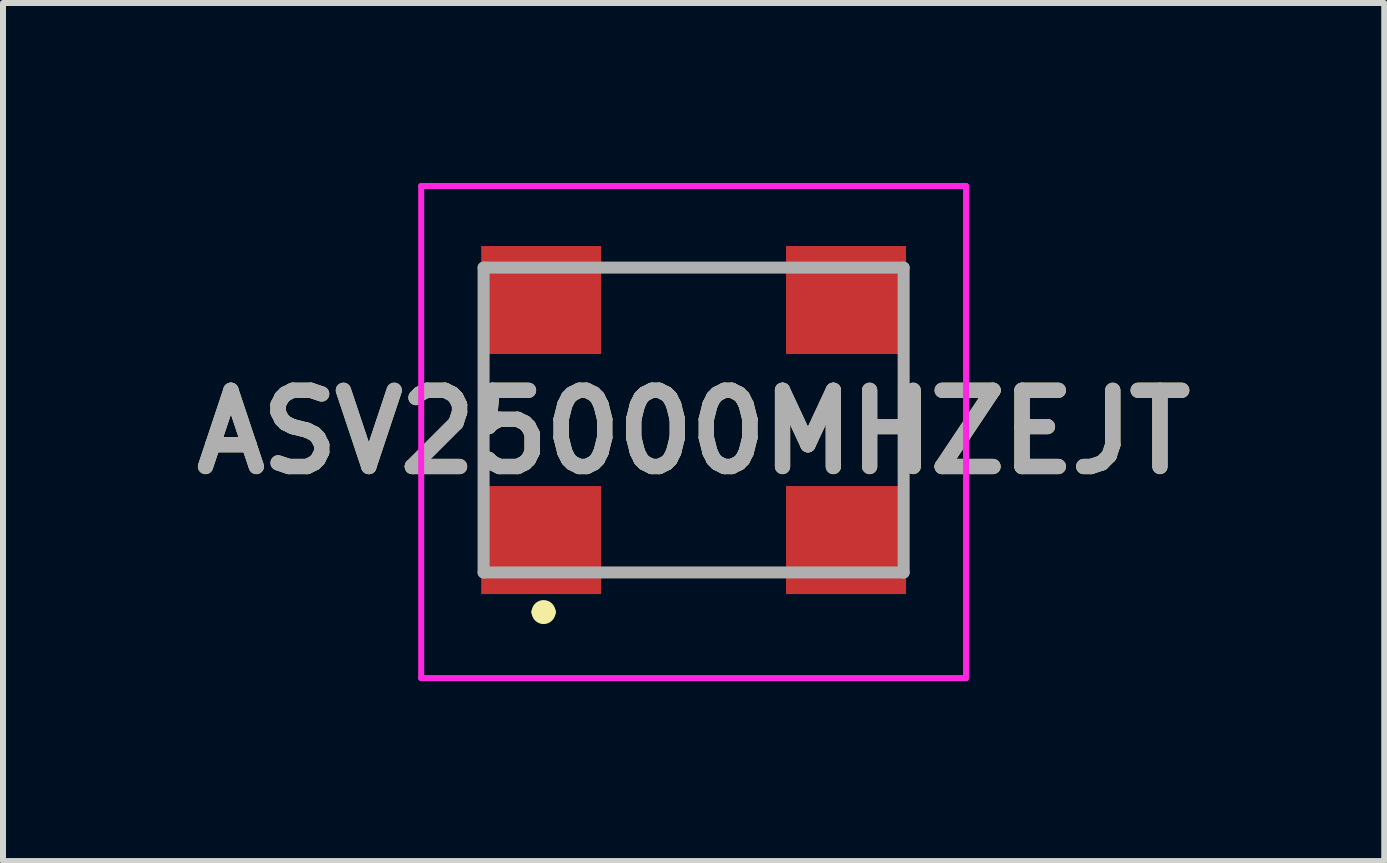
<source format=kicad_pcb>
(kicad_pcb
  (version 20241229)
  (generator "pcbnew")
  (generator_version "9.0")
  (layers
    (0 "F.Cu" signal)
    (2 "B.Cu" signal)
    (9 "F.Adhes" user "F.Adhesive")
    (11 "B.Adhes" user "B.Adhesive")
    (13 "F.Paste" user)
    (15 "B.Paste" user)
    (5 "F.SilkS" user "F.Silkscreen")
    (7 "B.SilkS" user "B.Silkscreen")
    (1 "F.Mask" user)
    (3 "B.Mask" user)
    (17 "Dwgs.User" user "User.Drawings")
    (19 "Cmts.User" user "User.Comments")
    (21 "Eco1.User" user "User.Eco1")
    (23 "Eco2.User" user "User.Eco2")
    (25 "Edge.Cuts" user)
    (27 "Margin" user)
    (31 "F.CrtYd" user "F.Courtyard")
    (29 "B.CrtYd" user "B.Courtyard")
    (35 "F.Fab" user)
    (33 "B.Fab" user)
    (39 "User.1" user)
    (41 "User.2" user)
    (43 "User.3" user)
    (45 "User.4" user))
  (footprint "ASV25000MHZEJT"
    (layer "F.Cu")
    (at 8.509 4.15)
    (property "Reference" "ASV25000MHZEJT" (at 0 0 0) (layer "F.SilkS") (effects (font (size 1.27 1.27) (thickness 0.254))))
    (attr smd)
    (fp_line (start -3.5 -1.2) (end -3.5 0.8) (stroke (width 0.1) (type solid)) (layer "F.SilkS"))
    (fp_line (start -2.6 3) (end -2.6 3) (stroke (width 0.2) (type solid)) (layer "F.SilkS"))
    (fp_line (start -2.4 3) (end -2.4 3) (stroke (width 0.2) (type solid)) (layer "F.SilkS"))
    (fp_line (start -1 -2.74) (end 1 -2.74) (stroke (width 0.1) (type solid)) (layer "F.SilkS"))
    (fp_line (start -1 2.34) (end 1 2.34) (stroke (width 0.1) (type solid)) (layer "F.SilkS"))
    (fp_line (start 3.5 -1.2) (end 3.5 0.8) (stroke (width 0.1) (type solid)) (layer "F.SilkS"))
    (fp_arc (start -2.6 3) (mid -2.5 2.9) (end -2.4 3) (stroke (width 0.2) (type solid)) (layer "F.SilkS"))
    (fp_arc (start -2.4 3) (mid -2.5 3.1) (end -2.6 3) (stroke (width 0.2) (type solid)) (layer "F.SilkS"))
    (fp_line (start -4.54 -4.1) (end 4.54 -4.1) (stroke (width 0.1) (type solid)) (layer "F.CrtYd"))
    (fp_line (start -4.54 4.1) (end -4.54 -4.1) (stroke (width 0.1) (type solid)) (layer "F.CrtYd"))
    (fp_line (start 4.54 -4.1) (end 4.54 4.1) (stroke (width 0.1) (type solid)) (layer "F.CrtYd"))
    (fp_line (start 4.54 4.1) (end -4.54 4.1) (stroke (width 0.1) (type solid)) (layer "F.CrtYd"))
    (fp_line (start -3.5 -2.74) (end 3.5 -2.74) (stroke (width 0.2) (type solid)) (layer "F.Fab"))
    (fp_line (start -3.5 2.34) (end -3.5 -2.74) (stroke (width 0.2) (type solid)) (layer "F.Fab"))
    (fp_line (start 3.5 -2.74) (end 3.5 2.34) (stroke (width 0.2) (type solid)) (layer "F.Fab"))
    (fp_line (start 3.5 2.34) (end -3.5 2.34) (stroke (width 0.2) (type solid)) (layer "F.Fab"))
    (fp_text user "${REFERENCE}" (at 0 0 0) (layer "F.Fab") (effects (font (size 1.27 1.27) (thickness 0.254))))
    (pad "1" smd rect (at -2.54 1.8 90) (size 1.8 2) (layers "F.Cu" "F.Mask" "F.Paste"))
    (pad "2" smd rect (at 2.54 1.8 90) (size 1.8 2) (layers "F.Cu" "F.Mask" "F.Paste"))
    (pad "3" smd rect (at 2.54 -2.2 90) (size 1.8 2) (layers "F.Cu" "F.Mask" "F.Paste"))
    (pad "4" smd rect (at -2.54 -2.2 90) (size 1.8 2) (layers "F.Cu" "F.Mask" "F.Paste")))
  (gr_rect
    (start -3 -3)
    (end 20.018 11.3)
    (stroke (width 0.1) (type default))
    (fill no)
    (layer "Edge.Cuts")))
</source>
